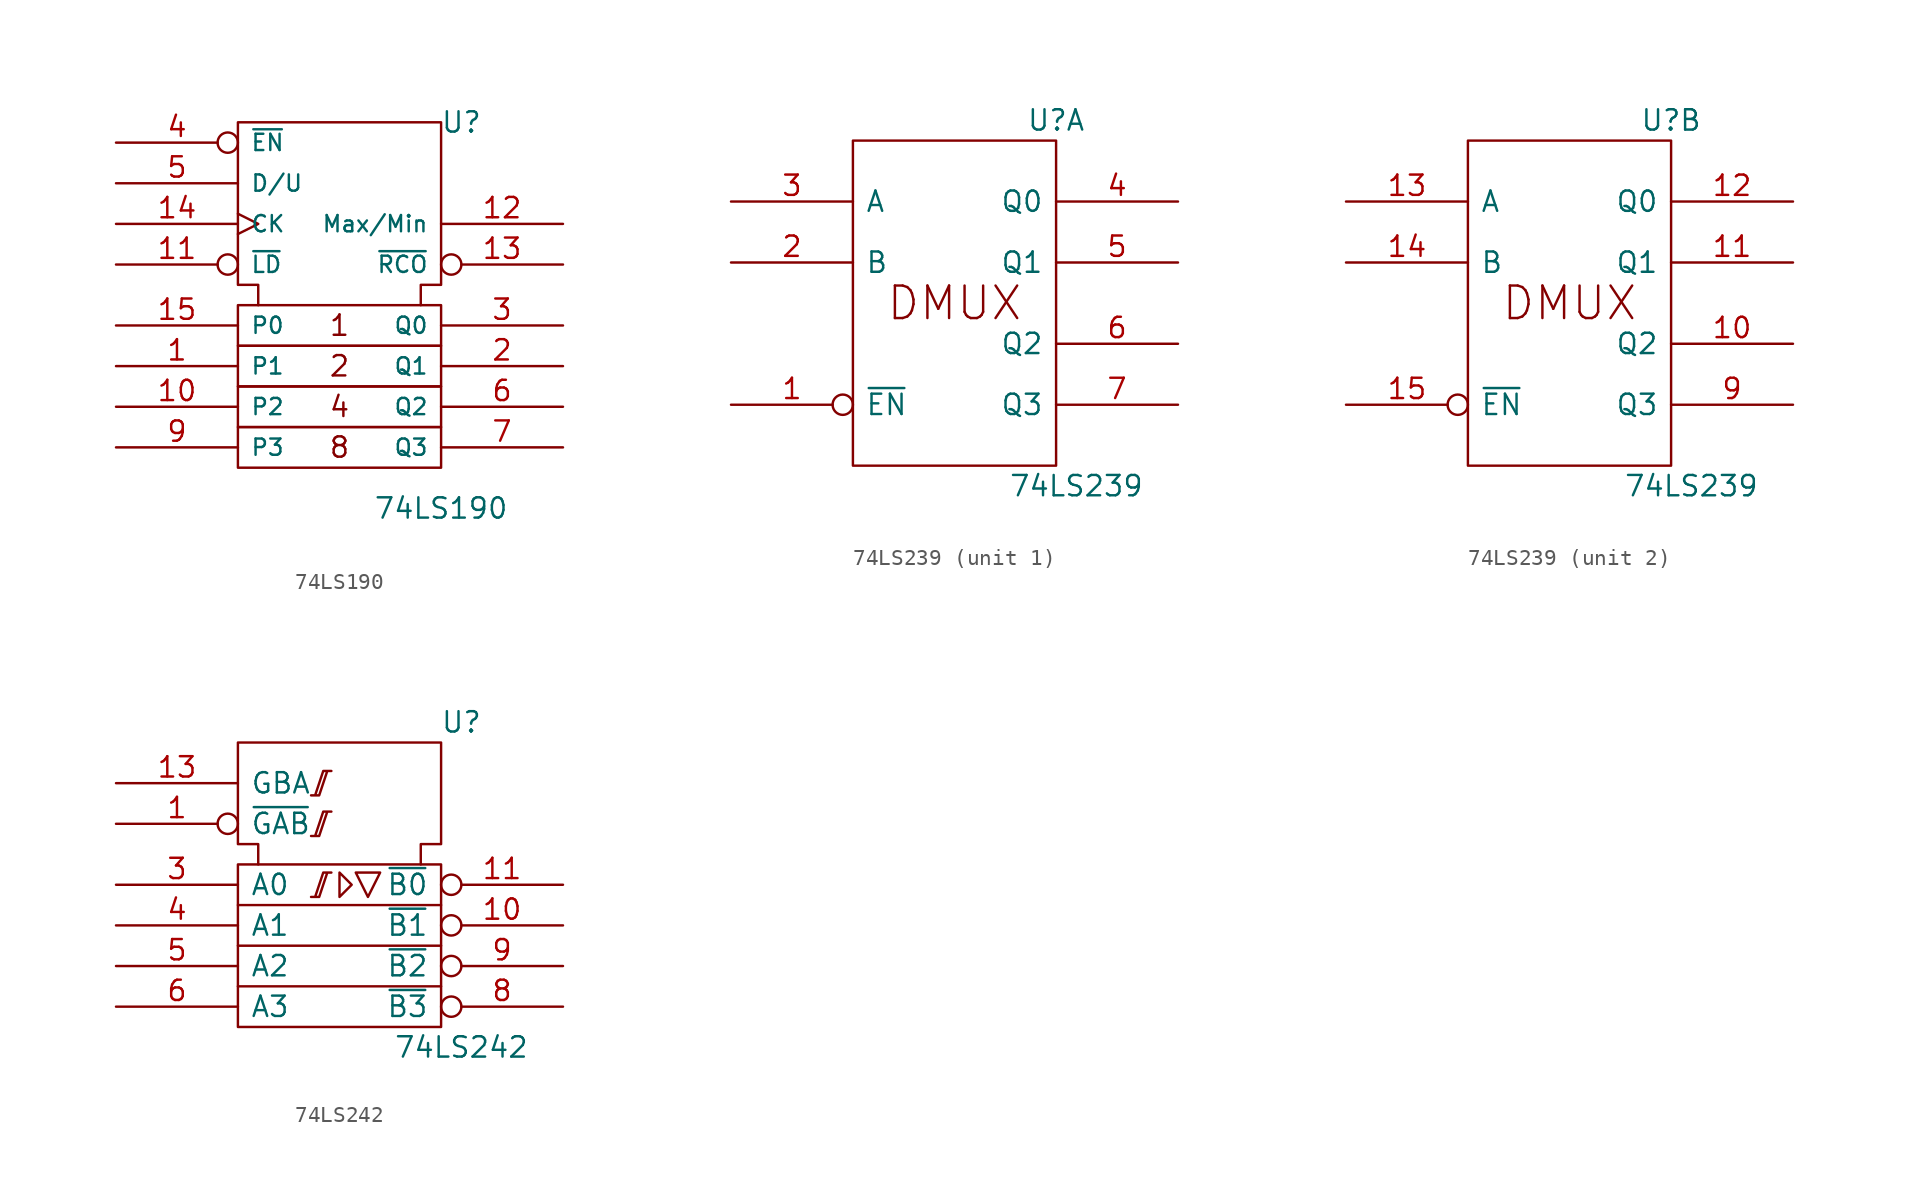
<source format=kicad_sym>
(kicad_symbol_lib
  (version 20211014)
  (generator kicad_symbol_editor)
  (symbol "74LS190"
    (pin_names
      (offset 0.762))
    (property "Reference" "U"
      (at 7.62 11.43 0)
      (effects (font (size 1.27 1.27))))
    (property "Value" "74LS190"
      (at 6.35 -12.7 0)
      (effects (font (size 1.27 1.27))))
    (symbol "74LS190_0_0"
      (rectangle (start -6.35 -7.62) (end 6.35 -10.16) (stroke (width 0) (type default) (color 0 0 0 0)) (fill (type none)))
      (rectangle (start -6.35 -5.08) (end 6.35 -7.62) (stroke (width 0) (type default) (color 0 0 0 0)) (fill (type none)))
      (rectangle (start -6.35 -2.54) (end 6.35 -5.08) (stroke (width 0) (type default) (color 0 0 0 0)) (fill (type none)))
      (rectangle (start -6.35 0) (end 6.35 -2.54) (stroke (width 0) (type default) (color 0 0 0 0)) (fill (type none)))
      (polyline (pts (xy -5.08 0) (xy -5.08 1.27) (xy -6.35 1.27) (xy -6.35 11.43) (xy 6.35 11.43) (xy 6.35 1.27) (xy 5.08 1.27) (xy 5.08 0) (xy 5.08 0)) (stroke (width 0) (type default) (color 0 0 0 0)) (fill (type none)))
      (text "1" (at 0 -1.27 0) (effects (font (size 1.27 1.27))))
      (text "2" (at 0 -3.81 0) (effects (font (size 1.27 1.27))))
      (text "4" (at 0 -6.35 0) (effects (font (size 1.27 1.27))))
      (text "8" (at 0 -8.89 0) (effects (font (size 1.27 1.27))))
      (pin power_in line (at 3.81 11.43 270) (length 0) hide (name "VCC" (effects (font (size 1.016 1.016)))) (number "16" (effects (font (size 1.27 1.27)))))
      (pin power_in line (at 1.27 11.43 270) (length 0) hide (name "GND" (effects (font (size 1.016 1.016)))) (number "8" (effects (font (size 1.27 1.27))))))
    (symbol "74LS190_1_1"
      (pin input line (at -13.97 -3.81 0) (length 7.62) (name "P1" (effects (font (size 1.016 1.016)))) (number "1" (effects (font (size 1.27 1.27)))))
      (pin input line (at -13.97 -6.35 0) (length 7.62) (name "P2" (effects (font (size 1.016 1.016)))) (number "10" (effects (font (size 1.27 1.27)))))
      (pin input inverted (at -13.97 2.54 0) (length 7.62) (name "~{LD}" (effects (font (size 1.016 1.016)))) (number "11" (effects (font (size 1.27 1.27)))))
      (pin output line (at 13.97 5.08 180) (length 7.62) (name "Max/Min" (effects (font (size 1.016 1.016)))) (number "12" (effects (font (size 1.27 1.27)))))
      (pin output inverted (at 13.97 2.54 180) (length 7.62) (name "~{RCO}" (effects (font (size 1.016 1.016)))) (number "13" (effects (font (size 1.27 1.27)))))
      (pin input clock (at -13.97 5.08 0) (length 7.62) (name "CK" (effects (font (size 1.016 1.016)))) (number "14" (effects (font (size 1.27 1.27)))))
      (pin input line (at -13.97 -1.27 0) (length 7.62) (name "P0" (effects (font (size 1.016 1.016)))) (number "15" (effects (font (size 1.27 1.27)))))
      (pin output line (at 13.97 -3.81 180) (length 7.62) (name "Q1" (effects (font (size 1.016 1.016)))) (number "2" (effects (font (size 1.27 1.27)))))
      (pin output line (at 13.97 -1.27 180) (length 7.62) (name "Q0" (effects (font (size 1.016 1.016)))) (number "3" (effects (font (size 1.27 1.27)))))
      (pin input inverted (at -13.97 10.16 0) (length 7.62) (name "~{EN}" (effects (font (size 1.016 1.016)))) (number "4" (effects (font (size 1.27 1.27)))))
      (pin input line (at -13.97 7.62 0) (length 7.62) (name "D/U" (effects (font (size 1.016 1.016)))) (number "5" (effects (font (size 1.27 1.27)))))
      (pin output line (at 13.97 -6.35 180) (length 7.62) (name "Q2" (effects (font (size 1.016 1.016)))) (number "6" (effects (font (size 1.27 1.27)))))
      (pin output line (at 13.97 -8.89 180) (length 7.62) (name "Q3" (effects (font (size 1.016 1.016)))) (number "7" (effects (font (size 1.27 1.27)))))
      (pin input line (at -13.97 -8.89 0) (length 7.62) (name "P3" (effects (font (size 1.016 1.016)))) (number "9" (effects (font (size 1.27 1.27)))))))
  (symbol "74LS239"
    (pin_names
      (offset 0.762))
    (property "Reference" "U"
      (at 6.35 11.43 0)
      (effects (font (size 1.27 1.27))))
    (property "Value" "74LS239"
      (at 7.62 -11.43 0)
      (effects (font (size 1.27 1.27))))
    (symbol "74LS239_0_0"
      (rectangle (start -6.35 10.16) (end 6.35 -10.16) (stroke (width 0) (type default) (color 0 0 0 0)) (fill (type none)))
      (text "DMUX" (at 0 0 0) (effects (font (size 2.032 2.032))))
      (pin power_in line (at 0 10.16 270) (length 0) hide (name "VCC" (effects (font (size 1.27 1.27)))) (number "16" (effects (font (size 1.27 1.27)))))
      (pin power_in line (at 0 -10.16 90) (length 0) hide (name "GND" (effects (font (size 1.27 1.27)))) (number "8" (effects (font (size 1.27 1.27))))))
    (symbol "74LS239_1_1"
      (pin input inverted (at -13.97 -6.35 0) (length 7.62) (name "~{EN}" (effects (font (size 1.27 1.27)))) (number "1" (effects (font (size 1.27 1.27)))))
      (pin input line (at -13.97 2.54 0) (length 7.62) (name "B" (effects (font (size 1.27 1.27)))) (number "2" (effects (font (size 1.27 1.27)))))
      (pin input line (at -13.97 6.35 0) (length 7.62) (name "A" (effects (font (size 1.27 1.27)))) (number "3" (effects (font (size 1.27 1.27)))))
      (pin output line (at 13.97 6.35 180) (length 7.62) (name "Q0" (effects (font (size 1.27 1.27)))) (number "4" (effects (font (size 1.27 1.27)))))
      (pin output line (at 13.97 2.54 180) (length 7.62) (name "Q1" (effects (font (size 1.27 1.27)))) (number "5" (effects (font (size 1.27 1.27)))))
      (pin output line (at 13.97 -2.54 180) (length 7.62) (name "Q2" (effects (font (size 1.27 1.27)))) (number "6" (effects (font (size 1.27 1.27)))))
      (pin output line (at 13.97 -6.35 180) (length 7.62) (name "Q3" (effects (font (size 1.27 1.27)))) (number "7" (effects (font (size 1.27 1.27))))))
    (symbol "74LS239_2_1"
      (pin output line (at 13.97 -2.54 180) (length 7.62) (name "Q2" (effects (font (size 1.27 1.27)))) (number "10" (effects (font (size 1.27 1.27)))))
      (pin output line (at 13.97 2.54 180) (length 7.62) (name "Q1" (effects (font (size 1.27 1.27)))) (number "11" (effects (font (size 1.27 1.27)))))
      (pin output line (at 13.97 6.35 180) (length 7.62) (name "Q0" (effects (font (size 1.27 1.27)))) (number "12" (effects (font (size 1.27 1.27)))))
      (pin input line (at -13.97 6.35 0) (length 7.62) (name "A" (effects (font (size 1.27 1.27)))) (number "13" (effects (font (size 1.27 1.27)))))
      (pin input line (at -13.97 2.54 0) (length 7.62) (name "B" (effects (font (size 1.27 1.27)))) (number "14" (effects (font (size 1.27 1.27)))))
      (pin input inverted (at -13.97 -6.35 0) (length 7.62) (name "~{EN}" (effects (font (size 1.27 1.27)))) (number "15" (effects (font (size 1.27 1.27)))))
      (pin output line (at 13.97 -6.35 180) (length 7.62) (name "Q3" (effects (font (size 1.27 1.27)))) (number "9" (effects (font (size 1.27 1.27)))))))
  (symbol "74LS242"
    (pin_names
      (offset 0.762))
    (property "Reference" "U"
      (at 7.62 12.7 0)
      (effects (font (size 1.27 1.27))))
    (property "Value" "74LS242"
      (at 7.62 -7.62 0)
      (effects (font (size 1.27 1.27))))
    (symbol "74LS242_0_0"
      (pin power_in line (at 5.08 11.43 270) (length 0) hide (name "VCC" (effects (font (size 1.27 1.27)))) (number "14" (effects (font (size 1.27 1.27)))))
      (pin power_in line (at 1.27 11.43 270) (length 0) hide (name "GND" (effects (font (size 1.27 1.27)))) (number "7" (effects (font (size 1.27 1.27))))))
    (symbol "74LS242_0_1"
      (rectangle (start -6.35 3.81) (end 6.35 -6.35) (stroke (width 0) (type default) (color 0 0 0 0)) (fill (type none)))
      (polyline (pts (xy -6.35 -3.81) (xy 6.35 -3.81) (xy 6.35 -3.81)) (stroke (width 0) (type default) (color 0 0 0 0)) (fill (type none)))
      (polyline (pts (xy -6.35 -1.27) (xy 6.35 -1.27) (xy 6.35 -1.27)) (stroke (width 0) (type default) (color 0 0 0 0)) (fill (type none)))
      (polyline (pts (xy -6.35 1.27) (xy 6.35 1.27) (xy 6.35 1.27)) (stroke (width 0) (type default) (color 0 0 0 0)) (fill (type none)))
      (polyline (pts (xy 0 3.302) (xy 0 1.778) (xy 0.762 2.54) (xy 0 3.302) (xy 0 3.302)) (stroke (width 0) (type default) (color 0 0 0 0)) (fill (type none)))
      (polyline (pts (xy 1.016 3.302) (xy 2.54 3.302) (xy 1.778 1.778) (xy 1.016 3.302) (xy 1.016 3.302)) (stroke (width 0) (type default) (color 0 0 0 0)) (fill (type none)))
      (polyline (pts (xy -1.778 1.778) (xy -1.27 1.778) (xy -0.762 3.302) (xy -0.508 3.302) (xy -1.016 3.302) (xy -1.524 1.778) (xy -1.524 1.778)) (stroke (width 0) (type default) (color 0 0 0 0)) (fill (type none)))
      (polyline (pts (xy -1.778 5.588) (xy -1.27 5.588) (xy -0.762 7.112) (xy -0.508 7.112) (xy -1.016 7.112) (xy -1.524 5.588) (xy -1.524 5.588)) (stroke (width 0) (type default) (color 0 0 0 0)) (fill (type none)))
      (polyline (pts (xy -1.778 8.128) (xy -1.27 8.128) (xy -0.762 9.652) (xy -0.508 9.652) (xy -1.016 9.652) (xy -1.524 8.128) (xy -1.524 8.128)) (stroke (width 0) (type default) (color 0 0 0 0)) (fill (type none)))
      (polyline (pts (xy -5.08 3.81) (xy -5.08 5.08) (xy -6.35 5.08) (xy -6.35 11.43) (xy 6.35 11.43) (xy 6.35 5.08) (xy 5.08 5.08) (xy 5.08 3.81) (xy 5.08 3.81)) (stroke (width 0) (type default) (color 0 0 0 0)) (fill (type none))))
    (symbol "74LS242_1_1"
      (pin input inverted (at -13.97 6.35 0) (length 7.62) (name "~{GAB}" (effects (font (size 1.27 1.27)))) (number "1" (effects (font (size 1.27 1.27)))))
      (pin tri_state inverted (at 13.97 0 180) (length 7.62) (name "~{B1}" (effects (font (size 1.27 1.27)))) (number "10" (effects (font (size 1.27 1.27)))))
      (pin tri_state inverted (at 13.97 2.54 180) (length 7.62) (name "~{B0}" (effects (font (size 1.27 1.27)))) (number "11" (effects (font (size 1.27 1.27)))))
      (pin input line (at -13.97 8.89 0) (length 7.62) (name "GBA" (effects (font (size 1.27 1.27)))) (number "13" (effects (font (size 1.27 1.27)))))
      (pin input line (at -13.97 2.54 0) (length 7.62) (name "A0" (effects (font (size 1.27 1.27)))) (number "3" (effects (font (size 1.27 1.27)))))
      (pin input line (at -13.97 0 0) (length 7.62) (name "A1" (effects (font (size 1.27 1.27)))) (number "4" (effects (font (size 1.27 1.27)))))
      (pin input line (at -13.97 -2.54 0) (length 7.62) (name "A2" (effects (font (size 1.27 1.27)))) (number "5" (effects (font (size 1.27 1.27)))))
      (pin input line (at -13.97 -5.08 0) (length 7.62) (name "A3" (effects (font (size 1.27 1.27)))) (number "6" (effects (font (size 1.27 1.27)))))
      (pin tri_state inverted (at 13.97 -5.08 180) (length 7.62) (name "~{B3}" (effects (font (size 1.27 1.27)))) (number "8" (effects (font (size 1.27 1.27)))))
      (pin tri_state inverted (at 13.97 -2.54 180) (length 7.62) (name "~{B2}" (effects (font (size 1.27 1.27)))) (number "9" (effects (font (size 1.27 1.27))))))))
</source>
